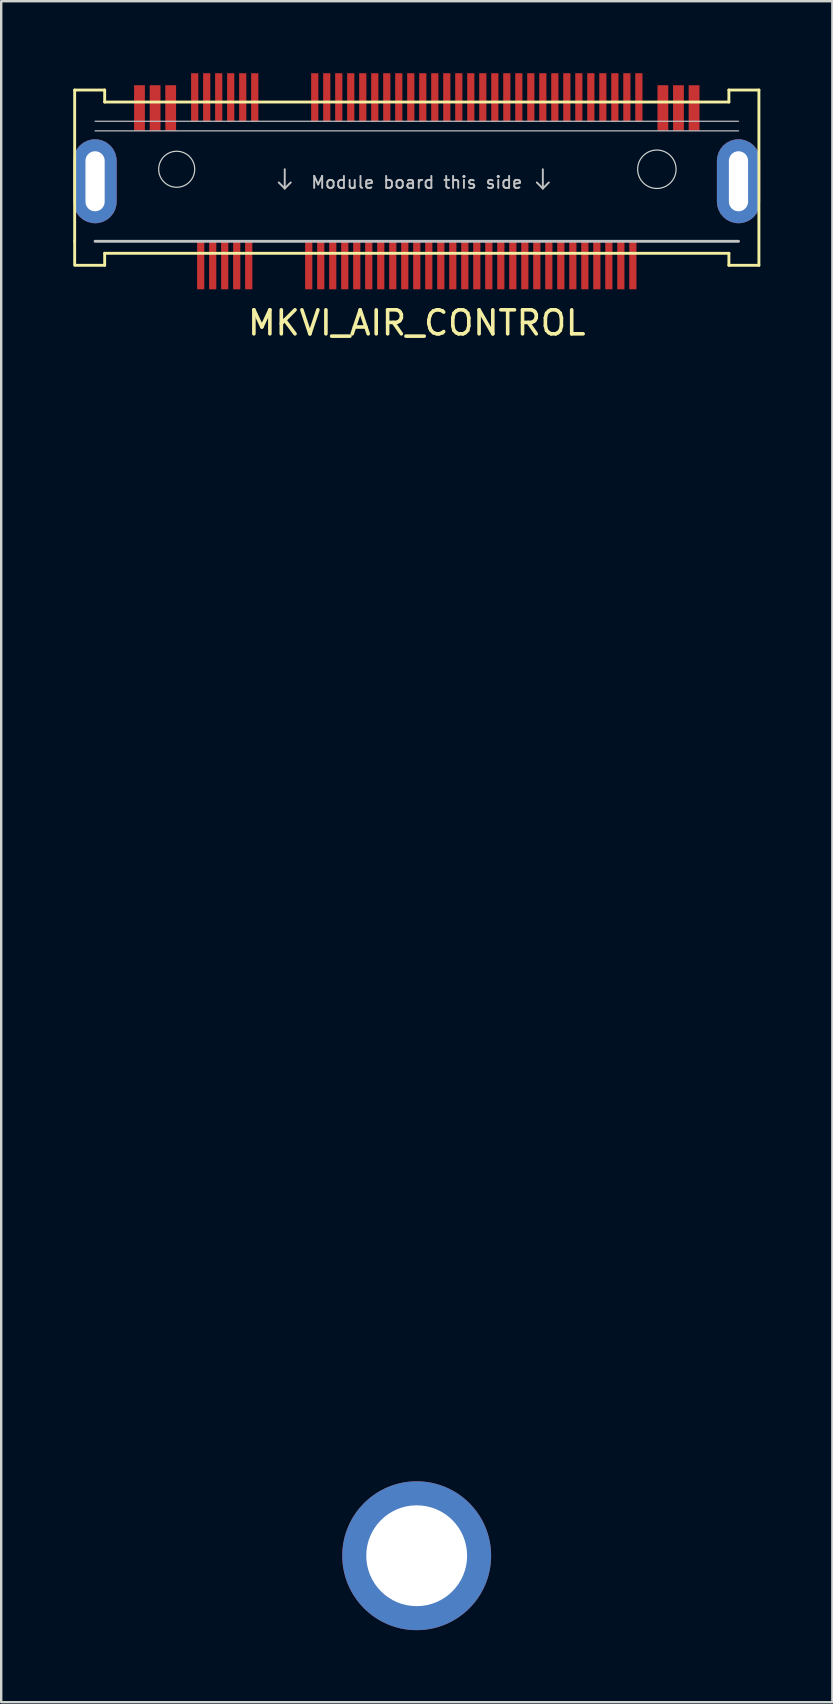
<source format=kicad_pcb>
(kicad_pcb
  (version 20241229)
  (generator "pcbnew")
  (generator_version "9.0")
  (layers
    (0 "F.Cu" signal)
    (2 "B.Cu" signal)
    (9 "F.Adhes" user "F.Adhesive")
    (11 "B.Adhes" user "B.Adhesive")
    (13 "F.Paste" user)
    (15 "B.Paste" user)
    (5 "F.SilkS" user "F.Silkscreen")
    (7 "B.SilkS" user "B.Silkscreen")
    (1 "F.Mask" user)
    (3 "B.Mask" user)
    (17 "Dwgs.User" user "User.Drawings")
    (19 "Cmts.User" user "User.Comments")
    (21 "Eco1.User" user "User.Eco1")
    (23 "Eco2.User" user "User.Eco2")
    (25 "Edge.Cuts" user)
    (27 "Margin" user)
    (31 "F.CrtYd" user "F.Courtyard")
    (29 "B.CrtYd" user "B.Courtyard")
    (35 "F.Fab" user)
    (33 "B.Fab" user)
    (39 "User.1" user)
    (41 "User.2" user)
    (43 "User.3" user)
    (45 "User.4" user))
  (footprint "MKVI_AIR_CONTROL"
    (layer "F.Cu")
    (at 14.31 4)
    (property "Reference" "MKVI_AIR_CONTROL" (at 0 6.4 0) (unlocked yes) (layer "F.SilkS") (effects (font (size 1 1) (thickness 0.15))))
    (attr smd)
    (fp_line (start -14.25 -3.3) (end -14.25 3) (stroke (width 0.12) (type solid)) (layer "F.SilkS"))
    (fp_line (start -14.25 3) (end -14.25 4) (stroke (width 0.12) (type solid)) (layer "F.SilkS"))
    (fp_line (start -14.2 4) (end -13 4) (stroke (width 0.12) (type solid)) (layer "F.SilkS"))
    (fp_line (start -13 -3.3) (end -14.25 -3.3) (stroke (width 0.12) (type solid)) (layer "F.SilkS"))
    (fp_line (start -13 -2.8) (end -13 -3.3) (stroke (width 0.12) (type solid)) (layer "F.SilkS"))
    (fp_line (start -13 3.5) (end 13 3.5) (stroke (width 0.12) (type solid)) (layer "F.SilkS"))
    (fp_line (start -13 4) (end -13 3.5) (stroke (width 0.12) (type solid)) (layer "F.SilkS"))
    (fp_line (start 13 -3.3) (end 13 -2.8) (stroke (width 0.12) (type solid)) (layer "F.SilkS"))
    (fp_line (start 13 -2.8) (end -13 -2.8) (stroke (width 0.12) (type solid)) (layer "F.SilkS"))
    (fp_line (start 13 3.5) (end 13 4) (stroke (width 0.12) (type solid)) (layer "F.SilkS"))
    (fp_line (start 13 4) (end 14.25 4) (stroke (width 0.12) (type solid)) (layer "F.SilkS"))
    (fp_line (start 14.25 -3.3) (end 13 -3.3) (stroke (width 0.12) (type solid)) (layer "F.SilkS"))
    (fp_line (start 14.25 4) (end 14.25 -3.3) (stroke (width 0.12) (type solid)) (layer "F.SilkS"))
    (fp_line (start -13.4 -2) (end 13.4 -2) (stroke (width 0.05) (type solid)) (layer "Dwgs.User"))
    (fp_line (start -13.4 -1.6) (end 13.4 -1.6) (stroke (width 0.05) (type solid)) (layer "Dwgs.User"))
    (fp_line (start -13.4 3) (end 13.4 3) (stroke (width 0.12) (type solid)) (layer "Dwgs.User"))
    (fp_line (start -5.5 0) (end -5.5 0.8) (stroke (width 0.08) (type solid)) (layer "Dwgs.User"))
    (fp_line (start -5.5 0.8) (end -5.75 0.55) (stroke (width 0.08) (type solid)) (layer "Dwgs.User"))
    (fp_line (start -5.5 0.8) (end -5.25 0.55) (stroke (width 0.08) (type solid)) (layer "Dwgs.User"))
    (fp_line (start 5.25 0) (end 5.25 0.8) (stroke (width 0.08) (type solid)) (layer "Dwgs.User"))
    (fp_line (start 5.25 0.8) (end 5 0.55) (stroke (width 0.08) (type solid)) (layer "Dwgs.User"))
    (fp_line (start 5.25 0.8) (end 5.5 0.55) (stroke (width 0.08) (type solid)) (layer "Dwgs.User"))
    (fp_circle (center -10 0) (end -9.25 0) (stroke (width 0.05) (type solid)) (fill no) (layer "Edge.Cuts"))
    (fp_circle (center 10 0) (end 10.8 0) (stroke (width 0.05) (type solid)) (fill no) (layer "Edge.Cuts"))
    (fp_line (start -12.492 6.525) (end -12.487 6.513) (stroke (width 0.2) (type solid)) (layer "User.1"))
    (fp_line (start -12.492 55.759) (end -12.492 6.525) (stroke (width 0.2) (type solid)) (layer "User.1"))
    (fp_line (start -12.487 0.225) (end -12.48 0.207) (stroke (width 0.2) (type solid)) (layer "User.1"))
    (fp_line (start -12.487 6.513) (end -12.487 0.225) (stroke (width 0.2) (type solid)) (layer "User.1"))
    (fp_line (start -12.48 0.207) (end -12.28 0.007) (stroke (width 0.2) (type solid)) (layer "User.1"))
    (fp_line (start -12.475 56.024) (end -12.492 55.759) (stroke (width 0.2) (type solid)) (layer "User.1"))
    (fp_line (start -12.438 0.235) (end -12.438 6.513) (stroke (width 0.2) (type solid)) (layer "User.1"))
    (fp_line (start -12.438 6.513) (end -12.432 6.525) (stroke (width 0.2) (type solid)) (layer "User.1"))
    (fp_line (start -12.436 55.768) (end -12.42 56.017) (stroke (width 0.2) (type solid)) (layer "User.1"))
    (fp_line (start -12.432 6.525) (end -12.432 55.759) (stroke (width 0.2) (type solid)) (layer "User.1"))
    (fp_line (start -12.432 55.759) (end -12.436 55.768) (stroke (width 0.2) (type solid)) (layer "User.1"))
    (fp_line (start -12.423 56.285) (end -12.475 56.024) (stroke (width 0.2) (type solid)) (layer "User.1"))
    (fp_line (start -12.42 56.017) (end -12.369 56.27) (stroke (width 0.2) (type solid)) (layer "User.1"))
    (fp_line (start -12.369 56.27) (end -12.286 56.514) (stroke (width 0.2) (type solid)) (layer "User.1"))
    (fp_line (start -12.338 56.536) (end -12.423 56.285) (stroke (width 0.2) (type solid)) (layer "User.1"))
    (fp_line (start -12.286 56.514) (end -12.172 56.746) (stroke (width 0.2) (type solid)) (layer "User.1"))
    (fp_line (start -12.28 0.007) (end -12.28 0.007) (stroke (width 0.2) (type solid)) (layer "User.1"))
    (fp_line (start -12.28 0.007) (end -12.28 0.007) (stroke (width 0.2) (type solid)) (layer "User.1"))
    (fp_line (start -12.28 0.007) (end -12.263 0) (stroke (width 0.2) (type solid)) (layer "User.1"))
    (fp_line (start -12.263 0) (end -12.263 0) (stroke (width 0.2) (type solid)) (layer "User.1"))
    (fp_line (start -12.263 0) (end -6.337 0) (stroke (width 0.2) (type solid)) (layer "User.1"))
    (fp_line (start -12.252 0.05) (end -12.438 0.235) (stroke (width 0.2) (type solid)) (layer "User.1"))
    (fp_line (start -12.22 56.774) (end -12.338 56.536) (stroke (width 0.2) (type solid)) (layer "User.1"))
    (fp_line (start -12.172 56.746) (end -12.029 56.961) (stroke (width 0.2) (type solid)) (layer "User.1"))
    (fp_line (start -12.073 56.995) (end -12.22 56.774) (stroke (width 0.2) (type solid)) (layer "User.1"))
    (fp_line (start -12.029 56.961) (end -11.858 57.155) (stroke (width 0.2) (type solid)) (layer "User.1"))
    (fp_line (start -11.898 57.194) (end -12.073 56.995) (stroke (width 0.2) (type solid)) (layer "User.1"))
    (fp_line (start -11.858 57.155) (end -11.664 57.325) (stroke (width 0.2) (type solid)) (layer "User.1"))
    (fp_line (start -11.698 57.37) (end -11.898 57.194) (stroke (width 0.2) (type solid)) (layer "User.1"))
    (fp_line (start -11.664 57.325) (end -11.449 57.469) (stroke (width 0.2) (type solid)) (layer "User.1"))
    (fp_line (start -11.477 57.517) (end -11.698 57.37) (stroke (width 0.2) (type solid)) (layer "User.1"))
    (fp_line (start -11.449 57.469) (end -11.218 57.583) (stroke (width 0.2) (type solid)) (layer "User.1"))
    (fp_line (start -11.239 57.635) (end -11.477 57.517) (stroke (width 0.2) (type solid)) (layer "User.1"))
    (fp_line (start -11.218 57.583) (end -10.973 57.666) (stroke (width 0.2) (type solid)) (layer "User.1"))
    (fp_line (start -10.988 57.72) (end -11.239 57.635) (stroke (width 0.2) (type solid)) (layer "User.1"))
    (fp_line (start -10.973 57.666) (end -10.72 57.716) (stroke (width 0.2) (type solid)) (layer "User.1"))
    (fp_line (start -10.727 57.772) (end -10.988 57.72) (stroke (width 0.2) (type solid)) (layer "User.1"))
    (fp_line (start -10.72 57.716) (end -10.471 57.733) (stroke (width 0.2) (type solid)) (layer "User.1"))
    (fp_line (start -10.471 57.733) (end -10.462 57.729) (stroke (width 0.2) (type solid)) (layer "User.1"))
    (fp_line (start -10.462 57.729) (end 10.637 57.729) (stroke (width 0.2) (type solid)) (layer "User.1"))
    (fp_line (start -10.462 57.789) (end -10.727 57.772) (stroke (width 0.2) (type solid)) (layer "User.1"))
    (fp_line (start -6.348 0.05) (end -12.252 0.05) (stroke (width 0.2) (type solid)) (layer "User.1"))
    (fp_line (start -6.337 0) (end -6.337 0) (stroke (width 0.2) (type solid)) (layer "User.1"))
    (fp_line (start -6.337 0) (end -6.325 0.005) (stroke (width 0.2) (type solid)) (layer "User.1"))
    (fp_line (start -6.325 0.005) (end -6.32 0.007) (stroke (width 0.2) (type solid)) (layer "User.1"))
    (fp_line (start -6.32 0.007) (end -6.32 0.007) (stroke (width 0.2) (type solid)) (layer "User.1"))
    (fp_line (start -6.32 0.007) (end -6.12 0.207) (stroke (width 0.2) (type solid)) (layer "User.1"))
    (fp_line (start -6.162 0.235) (end -6.348 0.05) (stroke (width 0.2) (type solid)) (layer "User.1"))
    (fp_line (start -6.162 2.925) (end -6.162 0.235) (stroke (width 0.2) (type solid)) (layer "User.1"))
    (fp_line (start -6.144 3.074) (end -6.162 2.925) (stroke (width 0.2) (type solid)) (layer "User.1"))
    (fp_line (start -6.12 0.207) (end -6.112 0.225) (stroke (width 0.2) (type solid)) (layer "User.1"))
    (fp_line (start -6.116 2.933) (end -6.1 3.063) (stroke (width 0.2) (type solid)) (layer "User.1"))
    (fp_line (start -6.112 0.225) (end -6.112 2.925) (stroke (width 0.2) (type solid)) (layer "User.1"))
    (fp_line (start -6.112 2.925) (end -6.116 2.933) (stroke (width 0.2) (type solid)) (layer "User.1"))
    (fp_line (start -6.1 3.063) (end -6.05 3.194) (stroke (width 0.2) (type solid)) (layer "User.1"))
    (fp_line (start -6.091 3.215) (end -6.144 3.074) (stroke (width 0.2) (type solid)) (layer "User.1"))
    (fp_line (start -6.05 3.194) (end -5.971 3.309) (stroke (width 0.2) (type solid)) (layer "User.1"))
    (fp_line (start -6.005 3.339) (end -6.091 3.215) (stroke (width 0.2) (type solid)) (layer "User.1"))
    (fp_line (start -5.971 3.309) (end -5.867 3.402) (stroke (width 0.2) (type solid)) (layer "User.1"))
    (fp_line (start -5.892 3.439) (end -6.005 3.339) (stroke (width 0.2) (type solid)) (layer "User.1"))
    (fp_line (start -5.867 3.402) (end -5.743 3.467) (stroke (width 0.2) (type solid)) (layer "User.1"))
    (fp_line (start -5.759 3.509) (end -5.892 3.439) (stroke (width 0.2) (type solid)) (layer "User.1"))
    (fp_line (start -5.743 3.467) (end -5.607 3.5) (stroke (width 0.2) (type solid)) (layer "User.1"))
    (fp_line (start -5.613 3.545) (end -5.759 3.509) (stroke (width 0.2) (type solid)) (layer "User.1"))
    (fp_line (start -5.607 3.5) (end -5.468 3.5) (stroke (width 0.2) (type solid)) (layer "User.1"))
    (fp_line (start -5.468 3.5) (end -5.332 3.467) (stroke (width 0.2) (type solid)) (layer "User.1"))
    (fp_line (start -5.462 3.545) (end -5.613 3.545) (stroke (width 0.2) (type solid)) (layer "User.1"))
    (fp_line (start -5.332 3.467) (end -5.208 3.402) (stroke (width 0.2) (type solid)) (layer "User.1"))
    (fp_line (start -5.316 3.509) (end -5.462 3.545) (stroke (width 0.2) (type solid)) (layer "User.1"))
    (fp_line (start -5.208 3.402) (end -5.104 3.309) (stroke (width 0.2) (type solid)) (layer "User.1"))
    (fp_line (start -5.182 3.439) (end -5.316 3.509) (stroke (width 0.2) (type solid)) (layer "User.1"))
    (fp_line (start -5.104 3.309) (end -5.025 3.194) (stroke (width 0.2) (type solid)) (layer "User.1"))
    (fp_line (start -5.07 3.339) (end -5.182 3.439) (stroke (width 0.2) (type solid)) (layer "User.1"))
    (fp_line (start -5.025 3.194) (end -4.975 3.063) (stroke (width 0.2) (type solid)) (layer "User.1"))
    (fp_line (start -4.984 3.215) (end -5.07 3.339) (stroke (width 0.2) (type solid)) (layer "User.1"))
    (fp_line (start -4.975 3.063) (end -4.959 2.933) (stroke (width 0.2) (type solid)) (layer "User.1"))
    (fp_line (start -4.962 0.225) (end -4.955 0.207) (stroke (width 0.2) (type solid)) (layer "User.1"))
    (fp_line (start -4.962 2.925) (end -4.962 0.225) (stroke (width 0.2) (type solid)) (layer "User.1"))
    (fp_line (start -4.959 2.933) (end -4.962 2.925) (stroke (width 0.2) (type solid)) (layer "User.1"))
    (fp_line (start -4.955 0.207) (end -4.755 0.007) (stroke (width 0.2) (type solid)) (layer "User.1"))
    (fp_line (start -4.931 3.074) (end -4.984 3.215) (stroke (width 0.2) (type solid)) (layer "User.1"))
    (fp_line (start -4.913 0.235) (end -4.913 2.925) (stroke (width 0.2) (type solid)) (layer "User.1"))
    (fp_line (start -4.913 2.925) (end -4.931 3.074) (stroke (width 0.2) (type solid)) (layer "User.1"))
    (fp_line (start -4.755 0.007) (end -4.755 0.007) (stroke (width 0.2) (type solid)) (layer "User.1"))
    (fp_line (start -4.755 0.007) (end -4.755 0.007) (stroke (width 0.2) (type solid)) (layer "User.1"))
    (fp_line (start -4.755 0.007) (end -4.738 0) (stroke (width 0.2) (type solid)) (layer "User.1"))
    (fp_line (start -4.738 0) (end -4.738 0) (stroke (width 0.2) (type solid)) (layer "User.1"))
    (fp_line (start -4.738 0) (end 12.438 0) (stroke (width 0.2) (type solid)) (layer "User.1"))
    (fp_line (start -4.727 0.05) (end -4.913 0.235) (stroke (width 0.2) (type solid)) (layer "User.1"))
    (fp_line (start 10.637 57.729) (end 10.637 57.729) (stroke (width 0.2) (type solid)) (layer "User.1"))
    (fp_line (start 10.637 57.729) (end 10.637 57.729) (stroke (width 0.2) (type solid)) (layer "User.1"))
    (fp_line (start 10.637 57.729) (end 10.645 57.733) (stroke (width 0.2) (type solid)) (layer "User.1"))
    (fp_line (start 10.637 57.789) (end -10.462 57.789) (stroke (width 0.2) (type solid)) (layer "User.1"))
    (fp_line (start 10.637 57.789) (end 10.637 57.789) (stroke (width 0.2) (type solid)) (layer "User.1"))
    (fp_line (start 10.645 57.733) (end 10.894 57.717) (stroke (width 0.2) (type solid)) (layer "User.1"))
    (fp_line (start 10.894 57.717) (end 11.148 57.666) (stroke (width 0.2) (type solid)) (layer "User.1"))
    (fp_line (start 10.902 57.772) (end 10.637 57.789) (stroke (width 0.2) (type solid)) (layer "User.1"))
    (fp_line (start 11.148 57.666) (end 11.392 57.584) (stroke (width 0.2) (type solid)) (layer "User.1"))
    (fp_line (start 11.162 57.72) (end 10.902 57.772) (stroke (width 0.2) (type solid)) (layer "User.1"))
    (fp_line (start 11.392 57.584) (end 11.624 57.47) (stroke (width 0.2) (type solid)) (layer "User.1"))
    (fp_line (start 11.414 57.635) (end 11.162 57.72) (stroke (width 0.2) (type solid)) (layer "User.1"))
    (fp_line (start 11.624 57.47) (end 11.839 57.326) (stroke (width 0.2) (type solid)) (layer "User.1"))
    (fp_line (start 11.652 57.518) (end 11.414 57.635) (stroke (width 0.2) (type solid)) (layer "User.1"))
    (fp_line (start 11.839 57.326) (end 12.033 57.156) (stroke (width 0.2) (type solid)) (layer "User.1"))
    (fp_line (start 11.873 57.37) (end 11.652 57.518) (stroke (width 0.2) (type solid)) (layer "User.1"))
    (fp_line (start 12.033 57.156) (end 12.203 56.962) (stroke (width 0.2) (type solid)) (layer "User.1"))
    (fp_line (start 12.072 57.195) (end 11.873 57.37) (stroke (width 0.2) (type solid)) (layer "User.1"))
    (fp_line (start 12.203 56.962) (end 12.347 56.747) (stroke (width 0.2) (type solid)) (layer "User.1"))
    (fp_line (start 12.247 56.996) (end 12.072 57.195) (stroke (width 0.2) (type solid)) (layer "User.1"))
    (fp_line (start 12.347 56.747) (end 12.461 56.516) (stroke (width 0.2) (type solid)) (layer "User.1"))
    (fp_line (start 12.395 56.775) (end 12.247 56.996) (stroke (width 0.2) (type solid)) (layer "User.1"))
    (fp_line (start 12.427 0.05) (end -4.727 0.05) (stroke (width 0.2) (type solid)) (layer "User.1"))
    (fp_line (start 12.438 0) (end 12.438 0) (stroke (width 0.2) (type solid)) (layer "User.1"))
    (fp_line (start 12.438 0) (end 12.45 0.005) (stroke (width 0.2) (type solid)) (layer "User.1"))
    (fp_line (start 12.45 0.005) (end 12.455 0.007) (stroke (width 0.2) (type solid)) (layer "User.1"))
    (fp_line (start 12.455 0.007) (end 12.455 0.007) (stroke (width 0.2) (type solid)) (layer "User.1"))
    (fp_line (start 12.455 0.007) (end 12.655 0.207) (stroke (width 0.2) (type solid)) (layer "User.1"))
    (fp_line (start 12.461 56.516) (end 12.544 56.271) (stroke (width 0.2) (type solid)) (layer "User.1"))
    (fp_line (start 12.513 56.537) (end 12.395 56.775) (stroke (width 0.2) (type solid)) (layer "User.1"))
    (fp_line (start 12.544 56.271) (end 12.595 56.018) (stroke (width 0.2) (type solid)) (layer "User.1"))
    (fp_line (start 12.595 56.018) (end 12.611 55.77) (stroke (width 0.2) (type solid)) (layer "User.1"))
    (fp_line (start 12.598 56.286) (end 12.513 56.537) (stroke (width 0.2) (type solid)) (layer "User.1"))
    (fp_line (start 12.608 6.525) (end 12.612 6.513) (stroke (width 0.2) (type solid)) (layer "User.1"))
    (fp_line (start 12.608 55.761) (end 12.608 6.525) (stroke (width 0.2) (type solid)) (layer "User.1"))
    (fp_line (start 12.611 55.77) (end 12.608 55.761) (stroke (width 0.2) (type solid)) (layer "User.1"))
    (fp_line (start 12.612 0.235) (end 12.427 0.05) (stroke (width 0.2) (type solid)) (layer "User.1"))
    (fp_line (start 12.612 6.513) (end 12.612 0.235) (stroke (width 0.2) (type solid)) (layer "User.1"))
    (fp_line (start 12.65 56.026) (end 12.598 56.286) (stroke (width 0.2) (type solid)) (layer "User.1"))
    (fp_line (start 12.655 0.207) (end 12.662 0.225) (stroke (width 0.2) (type solid)) (layer "User.1"))
    (fp_line (start 12.662 0.225) (end 12.662 6.513) (stroke (width 0.2) (type solid)) (layer "User.1"))
    (fp_line (start 12.662 6.513) (end 12.668 6.525) (stroke (width 0.2) (type solid)) (layer "User.1"))
    (fp_line (start 12.668 6.525) (end 12.668 55.761) (stroke (width 0.2) (type solid)) (layer "User.1"))
    (fp_line (start 12.668 55.761) (end 12.65 56.026) (stroke (width 0.2) (type solid)) (layer "User.1"))
    (fp_line (start 12.668 55.761) (end 12.668 55.761) (stroke (width 0.2) (type solid)) (layer "User.1"))
    (fp_line (start 12.668 55.761) (end 12.668 55.761) (stroke (width 0.2) (type solid)) (layer "User.1"))
    (fp_text user "Module board this side" (at 0 0.55 0) (unlocked yes) (layer "Dwgs.User") (effects (font (size 0.5 0.5) (thickness 0.08))))
    (pad "1" thru_hole circle (at -0.004 57.75) (size 6.2 6.2) (drill 4.2) (layers "*.Cu" "F.Mask" "F.Paste"))
    (pad "4" smd rect (at -9.25 -3) (size 0.3 2) (layers "F.Cu" "F.Mask" "F.Paste"))
    (pad "5" smd rect (at -8.75 -3) (size 0.3 2) (layers "F.Cu" "F.Mask" "F.Paste"))
    (pad "6" smd rect (at -8.25 -3) (size 0.3 2) (layers "F.Cu" "F.Mask" "F.Paste"))
    (pad "7" smd rect (at -7.75 -3) (size 0.3 2) (layers "F.Cu" "F.Mask" "F.Paste"))
    (pad "8" smd rect (at -7.25 -3) (size 0.3 2) (layers "F.Cu" "F.Mask" "F.Paste"))
    (pad "9" smd rect (at -6.75 -3) (size 0.3 2) (layers "F.Cu" "F.Mask" "F.Paste"))
    (pad "10" smd rect (at -4.25 -3) (size 0.3 2) (layers "F.Cu" "F.Mask" "F.Paste"))
    (pad "11" smd rect (at -3.75 -3) (size 0.3 2) (layers "F.Cu" "F.Mask" "F.Paste"))
    (pad "12" smd rect (at -3.25 -3) (size 0.3 2) (layers "F.Cu" "F.Mask" "F.Paste"))
    (pad "13" smd rect (at -2.75 -3) (size 0.3 2) (layers "F.Cu" "F.Mask" "F.Paste"))
    (pad "14" smd rect (at -2.25 -3) (size 0.3 2) (layers "F.Cu" "F.Mask" "F.Paste"))
    (pad "15" smd rect (at -1.75 -3) (size 0.3 2) (layers "F.Cu" "F.Mask" "F.Paste"))
    (pad "16" smd rect (at -1.25 -3) (size 0.3 2) (layers "F.Cu" "F.Mask" "F.Paste"))
    (pad "17" smd rect (at -0.75 -3) (size 0.3 2) (layers "F.Cu" "F.Mask" "F.Paste"))
    (pad "18" smd rect (at -0.25 -3) (size 0.3 2) (layers "F.Cu" "F.Mask" "F.Paste"))
    (pad "19" smd rect (at 0.25 -3) (size 0.3 2) (layers "F.Cu" "F.Mask" "F.Paste"))
    (pad "20" smd rect (at 0.75 -3) (size 0.3 2) (layers "F.Cu" "F.Mask" "F.Paste"))
    (pad "21" smd rect (at 1.25 -3) (size 0.3 2) (layers "F.Cu" "F.Mask" "F.Paste"))
    (pad "22" smd rect (at 1.75 -3) (size 0.3 2) (layers "F.Cu" "F.Mask" "F.Paste"))
    (pad "23" smd rect (at 2.25 -3) (size 0.3 2) (layers "F.Cu" "F.Mask" "F.Paste"))
    (pad "24" smd rect (at 2.75 -3) (size 0.3 2) (layers "F.Cu" "F.Mask" "F.Paste"))
    (pad "25" smd rect (at 3.25 -3) (size 0.3 2) (layers "F.Cu" "F.Mask" "F.Paste"))
    (pad "26" smd rect (at 3.75 -3) (size 0.3 2) (layers "F.Cu" "F.Mask" "F.Paste"))
    (pad "27" smd rect (at 4.25 -3) (size 0.3 2) (layers "F.Cu" "F.Mask" "F.Paste"))
    (pad "28" smd rect (at 4.75 -3) (size 0.3 2) (layers "F.Cu" "F.Mask" "F.Paste"))
    (pad "29" smd rect (at 5.25 -3) (size 0.3 2) (layers "F.Cu" "F.Mask" "F.Paste"))
    (pad "30" smd rect (at 5.75 -3) (size 0.3 2) (layers "F.Cu" "F.Mask" "F.Paste"))
    (pad "31" smd rect (at 6.25 -3) (size 0.3 2) (layers "F.Cu" "F.Mask" "F.Paste"))
    (pad "32" smd rect (at 6.75 -3) (size 0.3 2) (layers "F.Cu" "F.Mask" "F.Paste"))
    (pad "33" smd rect (at 7.25 -3) (size 0.3 2) (layers "F.Cu" "F.Mask" "F.Paste"))
    (pad "34" smd rect (at 7.75 -3) (size 0.3 2) (layers "F.Cu" "F.Mask" "F.Paste"))
    (pad "35" smd rect (at 8.25 -3) (size 0.3 2) (layers "F.Cu" "F.Mask" "F.Paste"))
    (pad "36" smd rect (at 8.75 -3) (size 0.3 2) (layers "F.Cu" "F.Mask" "F.Paste"))
    (pad "37" smd rect (at 9.25 -3) (size 0.3 2) (layers "F.Cu" "F.Mask" "F.Paste"))
    (pad "41" smd rect (at -9 4) (size 0.3 2) (layers "F.Cu" "F.Mask" "F.Paste"))
    (pad "42" smd rect (at -8.5 4) (size 0.3 2) (layers "F.Cu" "F.Mask" "F.Paste"))
    (pad "43" smd rect (at -8 4) (size 0.3 2) (layers "F.Cu" "F.Mask" "F.Paste"))
    (pad "44" smd rect (at -7.5 4) (size 0.3 2) (layers "F.Cu" "F.Mask" "F.Paste"))
    (pad "45" smd rect (at -7 4) (size 0.3 2) (layers "F.Cu" "F.Mask" "F.Paste"))
    (pad "46" smd rect (at -4.5 4) (size 0.3 2) (layers "F.Cu" "F.Mask" "F.Paste"))
    (pad "47" smd rect (at -4 4) (size 0.3 2) (layers "F.Cu" "F.Mask" "F.Paste"))
    (pad "48" smd rect (at -3.5 4) (size 0.3 2) (layers "F.Cu" "F.Mask" "F.Paste"))
    (pad "49" smd rect (at -3 4) (size 0.3 2) (layers "F.Cu" "F.Mask" "F.Paste"))
    (pad "50" smd rect (at -2.5 4) (size 0.3 2) (layers "F.Cu" "F.Mask" "F.Paste"))
    (pad "51" smd rect (at -2 4) (size 0.3 2) (layers "F.Cu" "F.Mask" "F.Paste"))
    (pad "52" smd rect (at -1.5 4) (size 0.3 2) (layers "F.Cu" "F.Mask" "F.Paste"))
    (pad "53" smd rect (at -1 4) (size 0.3 2) (layers "F.Cu" "F.Mask" "F.Paste"))
    (pad "54" smd rect (at -0.5 4) (size 0.3 2) (layers "F.Cu" "F.Mask" "F.Paste"))
    (pad "55" smd rect (at 0 4) (size 0.3 2) (layers "F.Cu" "F.Mask" "F.Paste"))
    (pad "56" smd rect (at 0.5 4) (size 0.3 2) (layers "F.Cu" "F.Mask" "F.Paste"))
    (pad "57" smd rect (at 1 4) (size 0.3 2) (layers "F.Cu" "F.Mask" "F.Paste"))
    (pad "58" smd rect (at 1.5 4) (size 0.3 2) (layers "F.Cu" "F.Mask" "F.Paste"))
    (pad "59" smd rect (at 2 4) (size 0.3 2) (layers "F.Cu" "F.Mask" "F.Paste"))
    (pad "60" smd rect (at 2.5 4) (size 0.3 2) (layers "F.Cu" "F.Mask" "F.Paste"))
    (pad "61" smd rect (at 3 4) (size 0.3 2) (layers "F.Cu" "F.Mask" "F.Paste"))
    (pad "62" smd rect (at 3.5 4) (size 0.3 2) (layers "F.Cu" "F.Mask" "F.Paste"))
    (pad "63" smd rect (at 4 4) (size 0.3 2) (layers "F.Cu" "F.Mask" "F.Paste"))
    (pad "64" smd rect (at 4.5 4) (size 0.3 2) (layers "F.Cu" "F.Mask" "F.Paste"))
    (pad "65" smd rect (at 5 4) (size 0.3 2) (layers "F.Cu" "F.Mask" "F.Paste"))
    (pad "66" smd rect (at 5.5 4) (size 0.3 2) (layers "F.Cu" "F.Mask" "F.Paste"))
    (pad "67" smd rect (at 6 4) (size 0.3 2) (layers "F.Cu" "F.Mask" "F.Paste"))
    (pad "68" smd rect (at 6.5 4) (size 0.3 2) (layers "F.Cu" "F.Mask" "F.Paste"))
    (pad "69" smd rect (at 7 4) (size 0.3 2) (layers "F.Cu" "F.Mask" "F.Paste"))
    (pad "70" smd rect (at 7.5 4) (size 0.3 2) (layers "F.Cu" "F.Mask" "F.Paste"))
    (pad "71" smd rect (at 8 4) (size 0.3 2) (layers "F.Cu" "F.Mask" "F.Paste"))
    (pad "72" smd rect (at 8.5 4) (size 0.3 2) (layers "F.Cu" "F.Mask" "F.Paste"))
    (pad "73" smd rect (at 9 4) (size 0.3 2) (layers "F.Cu" "F.Mask" "F.Paste"))
    (pad "75" thru_hole roundrect (at -13.4 0.5) (size 1.8 3.5) (drill oval 0.8 2.5) (layers "*.Cu" "*.Mask") (roundrect_rratio 0.5))
    (pad "76" thru_hole roundrect (at 13.4 0.5) (size 1.8 3.5) (drill oval 0.8 2.5) (layers "*.Cu" "*.Mask") (roundrect_rratio 0.5))
    (pad "P1" smd rect (at -11.55 -2.55) (size 0.45 1.9) (layers "F.Cu" "F.Mask" "F.Paste"))
    (pad "P2" smd rect (at -10.9 -2.55) (size 0.45 1.9) (layers "F.Cu" "F.Mask" "F.Paste"))
    (pad "P3" smd rect (at -10.25 -2.55) (size 0.45 1.9) (layers "F.Cu" "F.Mask" "F.Paste"))
    (pad "P38" smd rect (at 10.25 -2.55) (size 0.45 1.9) (layers "F.Cu" "F.Mask" "F.Paste"))
    (pad "P39" smd rect (at 10.9 -2.55) (size 0.45 1.9) (layers "F.Cu" "F.Mask" "F.Paste"))
    (pad "P40" smd rect (at 11.55 -2.55) (size 0.45 1.9) (layers "F.Cu" "F.Mask" "F.Paste"))
    (zone (net_name "") (layers "F.Cu" "Dwgs.User") (hatch edge 0.508) (connect_pads) (min_thickness 0.254) (filled_areas_thickness no) (keepout (tracks allowed) (vias allowed) (pads allowed) (copperpour allowed) (footprints not_allowed)) (placement (enabled no)) (fill) (polygon (pts (xy 1.31 1.2) (xy 27.31 1.2) (xy 27.31 0.7) (xy 28.56 0.7) (xy 28.56 8) (xy 27.31 8) (xy 27.31 7.5) (xy 1.31 7.5) (xy 1.31 8) (xy 0.06 8) (xy 0.06 0.7) (xy 1.31 0.7)))))
  (gr_rect
    (start -3 -3)
    (end 31.62 67.85)
    (stroke (width 0.1) (type default))
    (fill no)
    (layer "Edge.Cuts")))
</source>
